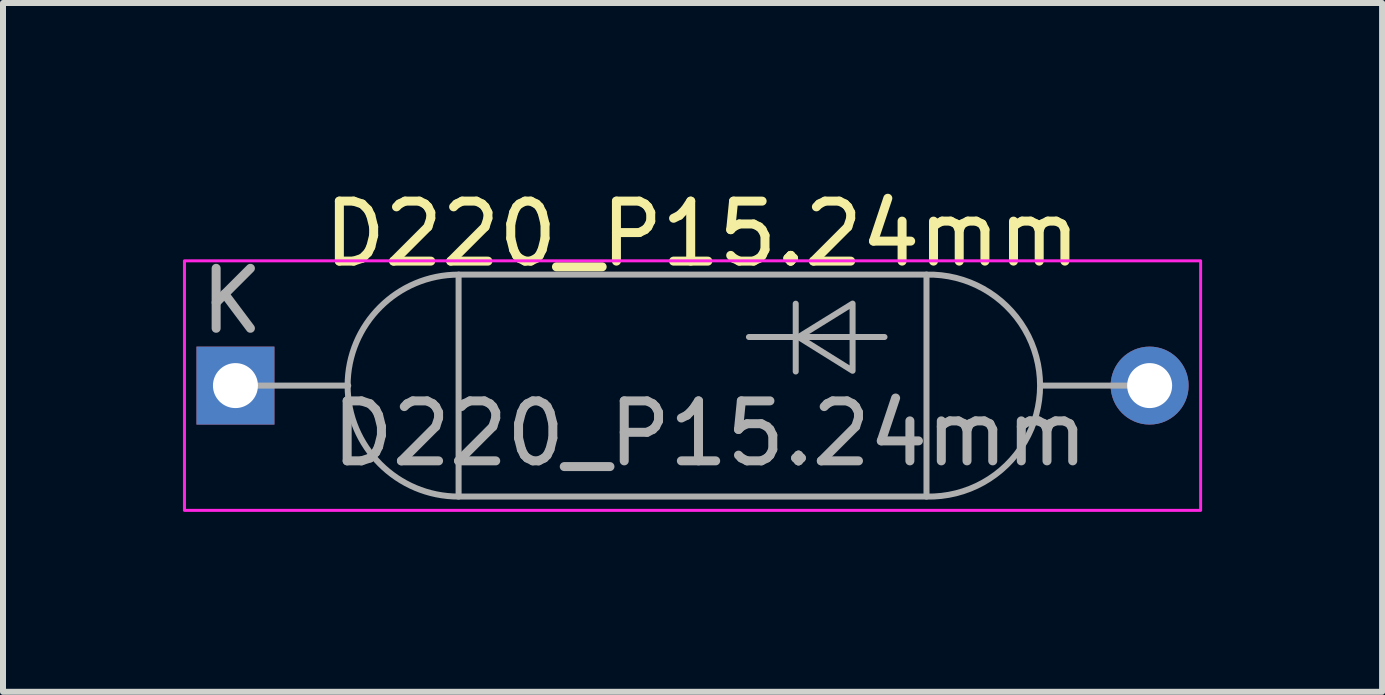
<source format=kicad_pcb>
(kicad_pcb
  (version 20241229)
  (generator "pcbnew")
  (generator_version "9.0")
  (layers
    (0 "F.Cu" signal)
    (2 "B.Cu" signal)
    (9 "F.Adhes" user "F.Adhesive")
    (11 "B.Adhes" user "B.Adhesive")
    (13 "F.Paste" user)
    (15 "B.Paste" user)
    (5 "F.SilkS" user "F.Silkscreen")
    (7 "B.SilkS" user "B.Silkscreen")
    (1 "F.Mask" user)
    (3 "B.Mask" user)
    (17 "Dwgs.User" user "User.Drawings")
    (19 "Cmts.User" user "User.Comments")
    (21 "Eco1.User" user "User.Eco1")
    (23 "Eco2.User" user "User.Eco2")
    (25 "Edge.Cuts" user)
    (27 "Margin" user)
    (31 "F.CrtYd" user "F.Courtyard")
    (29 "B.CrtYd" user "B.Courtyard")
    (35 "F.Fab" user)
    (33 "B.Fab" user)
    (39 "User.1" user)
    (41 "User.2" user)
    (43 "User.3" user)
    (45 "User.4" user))
  (footprint "D220_P15.24mm"
    (layer "F.Cu")
    (at 8.495 3.378)
    (property "Reference" "D220_P15.24mm" (at 0.16 -2.53 0) (unlocked yes) (layer "F.SilkS") (effects (font (size 1 1) (thickness 0.15))))
    (attr through_hole)
    (fp_rect (start -8.47 -2.08) (end 8.47 2.08) (stroke (width 0.05) (type solid)) (fill no) (layer "F.CrtYd"))
    (fp_line (start -5.74 0) (end -7.62 0) (stroke (width 0.1) (type solid)) (layer "F.Fab"))
    (fp_line (start 0.94 -0.81) (end 3.2 -0.81) (stroke (width 0.1) (type solid)) (layer "F.Fab"))
    (fp_line (start 1.72 -1.365) (end 1.72 -0.235) (stroke (width 0.1) (type solid)) (layer "F.Fab"))
    (fp_line (start 5.81 0) (end 7.61 0) (stroke (width 0.1) (type solid)) (layer "F.Fab"))
    (fp_rect (start -3.9 -1.85) (end 3.9 1.85) (stroke (width 0.1) (type solid)) (fill no) (layer "F.Fab"))
    (fp_arc (start -3.9 1.85) (mid -5.75 0) (end -3.9 -1.85) (stroke (width 0.1) (type solid)) (layer "F.Fab"))
    (fp_arc (start 3.9 -1.85) (mid 5.795042 0) (end 3.9 1.85) (stroke (width 0.1) (type solid)) (layer "F.Fab"))
    (fp_poly (pts (xy 1.767 -0.809) (xy 2.668 -0.247) (xy 2.668 -1.367)) (stroke (width 0.1) (type solid)) (fill no) (layer "F.Fab"))
    (fp_text user "К" (at -7.68 -1.41 0) (unlocked yes) (layer "F.Fab") (effects (font (size 1 1) (thickness 0.15))))
    (fp_text user "${REFERENCE}" (at 0.29 0.8 0) (unlocked yes) (layer "F.Fab") (effects (font (size 1 1) (thickness 0.15))))
    (pad "1" thru_hole rect (at -7.62 0) (size 1.3 1.3) (drill 0.75) (layers "*.Cu" "*.Mask"))
    (pad "2" thru_hole circle (at 7.62 0) (size 1.3 1.3) (drill 0.75) (layers "*.Cu" "*.Mask")))
  (gr_rect
    (start -3 -3)
    (end 19.99 8.483)
    (stroke (width 0.1) (type default))
    (fill no)
    (layer "Edge.Cuts")))
</source>
